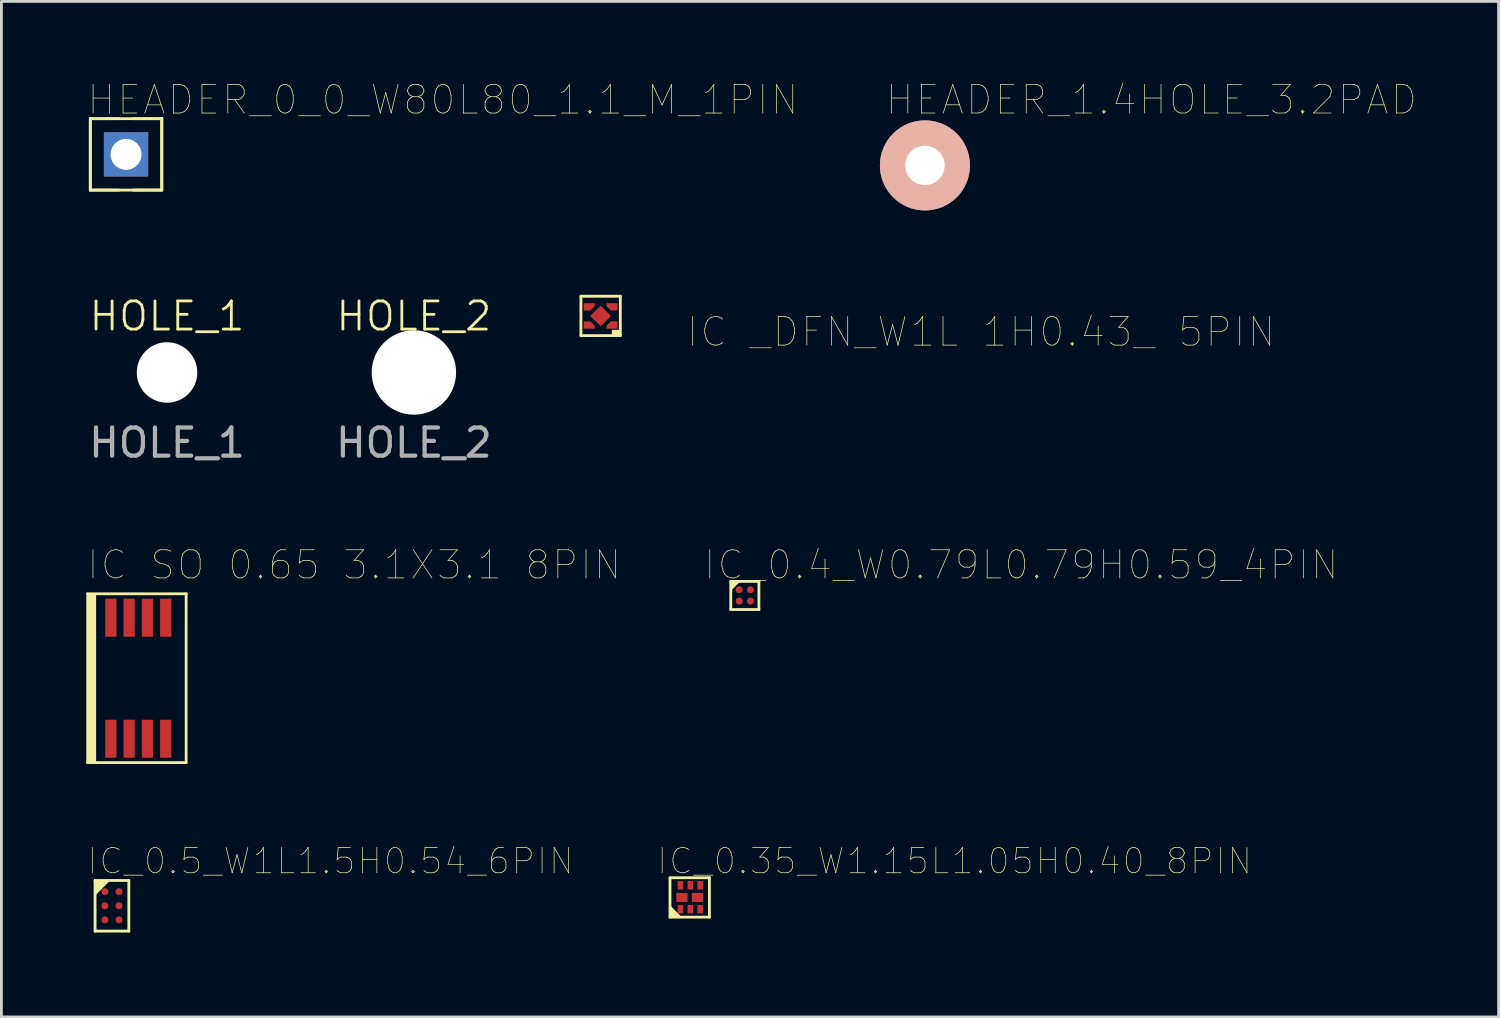
<source format=kicad_pcb>
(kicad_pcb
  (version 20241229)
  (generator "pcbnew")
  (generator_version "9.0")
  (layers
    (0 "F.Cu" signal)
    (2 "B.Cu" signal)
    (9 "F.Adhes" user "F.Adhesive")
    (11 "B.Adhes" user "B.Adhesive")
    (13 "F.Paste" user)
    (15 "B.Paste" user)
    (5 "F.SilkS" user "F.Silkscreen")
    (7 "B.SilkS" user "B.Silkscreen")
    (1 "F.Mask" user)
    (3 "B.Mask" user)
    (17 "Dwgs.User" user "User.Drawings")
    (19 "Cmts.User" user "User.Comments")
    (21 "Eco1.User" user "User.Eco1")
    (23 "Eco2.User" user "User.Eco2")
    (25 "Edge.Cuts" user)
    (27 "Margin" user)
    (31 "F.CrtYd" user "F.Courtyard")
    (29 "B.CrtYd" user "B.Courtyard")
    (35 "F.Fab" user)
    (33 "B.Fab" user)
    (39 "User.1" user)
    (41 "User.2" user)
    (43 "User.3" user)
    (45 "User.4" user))
  (footprint "IC _DFN_W1L 1H0.43_ 5PIN"
    (layer "F.Cu")
    (at 18.298 8.179)
    (property "Reference" "IC _DFN_W1L 1H0.43_ 5PIN" (at 3.008 1.162 0) (unlocked yes) (layer "F.SilkS") (effects (font (size 1.016 1.016) (thickness 0.025)) (justify left bottom)))
    (fp_line (start -0.7 0.7) (end -0.7 -0.7) (stroke (width 0.1) (type solid)) (layer "F.SilkS"))
    (fp_line (start 0.7 -0.7) (end -0.7 -0.7) (stroke (width 0.1) (type solid)) (layer "F.SilkS"))
    (fp_line (start 0.7 0.7) (end -0.7 0.7) (stroke (width 0.1) (type solid)) (layer "F.SilkS"))
    (fp_line (start 0.7 0.7) (end 0.7 -0.7) (stroke (width 0.1) (type solid)) (layer "F.SilkS"))
    (fp_poly (pts (xy 0.4 0.495) (xy 0.7 0.495) (xy 0.7 0.7) (xy 0.4 0.7)) (stroke (width 0) (type default)) (fill yes) (layer "F.SilkS"))
    (pad "1" smd custom (at 0.599 0.195) (size 0.000001 0.000001) (layers "F.Cu" "F.Mask" "F.Paste") (options (anchor circle)) (primitives (gr_poly (pts (xy 0 0) (xy -0.24 0) (xy -0.39 0.15) (xy -0.39 0.26) (xy 0 0.26)) (width 0) (fill yes))))
    (pad "2" smd custom (at 0.6 -0.195) (size 0.000001 0.000001) (layers "F.Cu" "F.Mask" "F.Paste") (options (anchor circle)) (primitives (gr_poly (pts (xy 0 0) (xy -0.24 0) (xy -0.39 -0.15) (xy -0.39 -0.26) (xy 0 -0.26)) (width 0) (fill yes))))
    (pad "3" smd custom (at -0.6 -0.195) (size 0.000001 0.000001) (layers "F.Cu" "F.Mask" "F.Paste") (options (anchor circle)) (primitives (gr_poly (pts (xy 0 0) (xy 0.24 0) (xy 0.39 -0.15) (xy 0.39 -0.26) (xy 0 -0.26)) (width 0) (fill yes))))
    (pad "4" smd custom (at -0.6 0.195) (size 0.000001 0.000001) (layers "F.Cu" "F.Mask" "F.Paste") (options (anchor circle)) (primitives (gr_poly (pts (xy 0 0) (xy 0.24 0) (xy 0.39 0.15) (xy 0.39 0.26) (xy 0 0.26)) (width 0) (fill yes))))
    (pad "5" smd rect (at 0 0 225) (size 0.52 0.52) (layers "F.Cu" "F.Mask" "F.Paste")))
  (footprint "IC SO 0.65 3.1X3.1 8PIN"
    (layer "F.Cu")
    (at 1.866 21.056)
    (property "Reference" "IC SO 0.65 3.1X3.1 8PIN" (at -1.866 -3.442 0) (unlocked yes) (layer "F.SilkS") (effects (font (size 1 1) (thickness 0.025)) (justify left bottom)))
    (fp_line (start -1.8 -3) (end -1.8 3) (stroke (width 0.1) (type solid)) (layer "F.SilkS"))
    (fp_line (start 1.7 -3) (end -1.8 -3) (stroke (width 0.1) (type solid)) (layer "F.SilkS"))
    (fp_line (start 1.7 -3) (end 1.7 3) (stroke (width 0.1) (type solid)) (layer "F.SilkS"))
    (fp_line (start 1.7 3) (end -1.8 3) (stroke (width 0.1) (type solid)) (layer "F.SilkS"))
    (fp_poly (pts (xy -1.5 -3) (xy -1.8 -3) (xy -1.8 3) (xy -1.5 3)) (stroke (width 0) (type default)) (fill yes) (layer "F.SilkS"))
    (pad "1" smd rect (at -0.975 2.15 90) (size 1.35 0.4) (layers "F.Cu" "F.Mask" "F.Paste"))
    (pad "2" smd rect (at -0.325 2.15 90) (size 1.35 0.4) (layers "F.Cu" "F.Mask" "F.Paste"))
    (pad "3" smd rect (at 0.325 2.15 90) (size 1.35 0.4) (layers "F.Cu" "F.Mask" "F.Paste"))
    (pad "4" smd rect (at 0.975 2.15 90) (size 1.35 0.4) (layers "F.Cu" "F.Mask" "F.Paste"))
    (pad "5" smd rect (at 0.975 -2.15 90) (size 1.35 0.4) (layers "F.Cu" "F.Mask" "F.Paste"))
    (pad "6" smd rect (at 0.325 -2.15 90) (size 1.35 0.4) (layers "F.Cu" "F.Mask" "F.Paste"))
    (pad "7" smd rect (at -0.325 -2.15 90) (size 1.35 0.4) (layers "F.Cu" "F.Mask" "F.Paste"))
    (pad "8" smd rect (at -0.975 -2.15 90) (size 1.35 0.4) (layers "F.Cu" "F.Mask" "F.Paste")))
  (footprint "HOLE_2"
    (layer "F.Cu")
    (at 11.661 10.189)
    (property "Reference" "HOLE_2" (at 0 -2 0) (unlocked yes) (layer "F.SilkS") (effects (font (size 1 1) (thickness 0.1))))
    (attr smd)
    (fp_text user "${REFERENCE}" (at 0 2.5 0) (unlocked yes) (layer "F.Fab") (effects (font (size 1 1) (thickness 0.15))))
    (pad "" np_thru_hole circle (at 0 0) (size 3 3) (drill 3) (layers "*.Cu" "*.Mask")))
  (footprint "IC_0.35_W1.15L1.05H0.40_8PIN"
    (layer "F.Cu")
    (at 21.464 28.848)
    (property "Reference" "IC_0.35_W1.15L1.05H0.40_8PIN" (at -1.21 -0.766 0) (unlocked yes) (layer "F.SilkS") (effects (font (size 0.9 0.9) (thickness 0.025)) (justify left bottom)))
    (fp_line (start -0.7 -0.7) (end -0.7 0.7) (stroke (width 0.1) (type solid)) (layer "F.SilkS"))
    (fp_line (start -0.7 -0.7) (end 0.7 -0.7) (stroke (width 0.1) (type solid)) (layer "F.SilkS"))
    (fp_line (start -0.7 0.7) (end 0.7 0.7) (stroke (width 0.1) (type solid)) (layer "F.SilkS"))
    (fp_line (start 0.7 -0.7) (end 0.7 0.7) (stroke (width 0.1) (type solid)) (layer "F.SilkS"))
    (fp_poly (pts (xy -0.7 0.7) (xy -0.7 0.28) (xy -0.28 0.7)) (stroke (width 0) (type default)) (fill yes) (layer "F.SilkS"))
    (pad "1" smd rect (at -0.328 0.418 90) (size 0.3 0.2) (layers "F.Cu" "F.Mask" "F.Paste"))
    (pad "2" smd rect (at 0.022 0.418 90) (size 0.3 0.2) (layers "F.Cu" "F.Mask" "F.Paste"))
    (pad "3" smd rect (at 0.372 0.418 90) (size 0.3 0.2) (layers "F.Cu" "F.Mask" "F.Paste"))
    (pad "4" smd rect (at 0.372 -0.432 90) (size 0.3 0.2) (layers "F.Cu" "F.Mask" "F.Paste"))
    (pad "5" smd rect (at 0.022 -0.432 90) (size 0.3 0.2) (layers "F.Cu" "F.Mask" "F.Paste"))
    (pad "6" smd rect (at -0.328 -0.432 90) (size 0.3 0.2) (layers "F.Cu" "F.Mask" "F.Paste"))
    (pad "7" smd rect (at -0.275 0 90) (size 0.32 0.4) (layers "F.Cu" "F.Mask" "F.Paste"))
    (pad "8" smd rect (at 0.275 0 90) (size 0.32 0.4) (layers "F.Cu" "F.Mask" "F.Paste")))
  (footprint "HOLE_1"
    (layer "F.Cu")
    (at 2.887 10.189)
    (property "Reference" "HOLE_1" (at 0 -2 0) (unlocked yes) (layer "F.SilkS") (effects (font (size 1 1) (thickness 0.1))))
    (attr smd)
    (fp_text user "${REFERENCE}" (at 0 2.5 0) (unlocked yes) (layer "F.Fab") (effects (font (size 1 1) (thickness 0.15))))
    (pad "" np_thru_hole circle (at 0 0) (size 2.15 2.15) (drill 2.15) (layers "*.Cu" "*.Mask")))
  (footprint "HEADER_0_0_W80L80_1.1_M_1PIN"
    (layer "F.Cu")
    (at 1.43 2.437)
    (property "Reference" "HEADER_0_0_W80L80_1.1_M_1PIN" (at -1.43 -1.344 0) (unlocked yes) (layer "F.SilkS") (effects (font (size 1.016 1.016) (thickness 0.025)) (justify left bottom)))
    (fp_line (start -1.27 -1.27) (end -0.254 -1.27) (stroke (width 0.1) (type solid)) (layer "F.SilkS"))
    (fp_line (start -1.27 -1.27) (end 1.27 -1.27) (stroke (width 0.1) (type solid)) (layer "F.SilkS"))
    (fp_line (start -1.27 1.27) (end -1.27 -1.27) (stroke (width 0.1) (type solid)) (layer "F.SilkS"))
    (fp_line (start -1.27 1.27) (end -1.27 -1.27) (stroke (width 0.1) (type solid)) (layer "F.SilkS"))
    (fp_line (start -1.27 1.27) (end -0.254 1.27) (stroke (width 0.1) (type solid)) (layer "F.SilkS"))
    (fp_line (start -1.27 1.27) (end 1.27 1.27) (stroke (width 0.1) (type solid)) (layer "F.SilkS"))
    (fp_line (start 0.254 -1.27) (end 1.27 -1.27) (stroke (width 0.1) (type solid)) (layer "F.SilkS"))
    (fp_line (start 0.254 1.27) (end 1.27 1.27) (stroke (width 0.1) (type solid)) (layer "F.SilkS"))
    (fp_line (start 1.27 1.27) (end 1.27 -1.27) (stroke (width 0.1) (type solid)) (layer "F.SilkS"))
    (fp_line (start 1.27 1.27) (end 1.27 -1.27) (stroke (width 0.1) (type solid)) (layer "F.SilkS"))
    (pad "1" thru_hole rect (at 0 0) (size 1.575 1.575) (drill 1.1) (layers "*.Cu" "*.Mask")))
  (footprint "HEADER_1.4HOLE_3.2PAD"
    (layer "F.Cu")
    (at 29.825 2.829)
    (property "Reference" "HEADER_1.4HOLE_3.2PAD" (at -1.447 -1.737 0) (unlocked yes) (layer "F.SilkS") (effects (font (size 1.016 1.016) (thickness 0.025)) (justify left bottom)))
    (pad "1" thru_hole circle (at 0 0) (size 2.2 2.2) (drill 1.4) (layers "*.Cu" "*.Mask"))
    (pad "1" smd circle (at 0 0) (size 3.2 3.2) (layers "F.Cu" "F.Mask"))
    (pad "1" smd circle (at 0 0) (size 3.2 3.2) (layers "B.Cu" "B.Mask" "B.SilkS")))
  (footprint "IC_0.4_W0.79L0.79H0.59_4PIN"
    (layer "F.Cu")
    (at 23.424 18.114)
    (property "Reference" "IC_0.4_W0.79L0.79H0.59_4PIN" (at -1.5 -0.5 0) (unlocked yes) (layer "F.SilkS") (effects (font (size 1 1) (thickness 0.025)) (justify left bottom)))
    (fp_line (start -0.5 -0.5) (end -0.5 0.5) (stroke (width 0.1) (type solid)) (layer "F.SilkS"))
    (fp_line (start -0.5 -0.5) (end 0.5 -0.5) (stroke (width 0.1) (type solid)) (layer "F.SilkS"))
    (fp_line (start -0.5 0.5) (end 0.5 0.5) (stroke (width 0.1) (type solid)) (layer "F.SilkS"))
    (fp_line (start 0.5 -0.5) (end 0.5 0.5) (stroke (width 0.1) (type solid)) (layer "F.SilkS"))
    (fp_poly (pts (xy -0.5 -0.16) (xy -0.5 -0.5) (xy -0.16 -0.5)) (stroke (width 0) (type default)) (fill yes) (layer "F.SilkS"))
    (pad "A1" smd circle (at -0.2 -0.2 270) (size 0.25 0.25) (layers "F.Cu" "F.Mask" "F.Paste"))
    (pad "A2" smd circle (at 0.2 -0.2 270) (size 0.25 0.25) (layers "F.Cu" "F.Mask" "F.Paste"))
    (pad "B1" smd circle (at -0.2 0.2 270) (size 0.25 0.25) (layers "F.Cu" "F.Mask" "F.Paste"))
    (pad "B2" smd circle (at 0.2 0.2 270) (size 0.25 0.25) (layers "F.Cu" "F.Mask" "F.Paste")))
  (footprint "IC_0.5_W1L1.5H0.54_6PIN"
    (layer "F.Cu")
    (at 0.929 29.144)
    (property "Reference" "IC_0.5_W1L1.5H0.54_6PIN" (at -0.929 -1.062 0) (unlocked yes) (layer "F.SilkS") (effects (font (size 0.9 0.9) (thickness 0.025)) (justify left bottom)))
    (fp_line (start -0.6 -0.9) (end -0.6 0.9) (stroke (width 0.1) (type solid)) (layer "F.SilkS"))
    (fp_line (start -0.6 -0.9) (end 0.6 -0.9) (stroke (width 0.1) (type solid)) (layer "F.SilkS"))
    (fp_line (start -0.6 0.9) (end 0.6 0.9) (stroke (width 0.1) (type solid)) (layer "F.SilkS"))
    (fp_line (start 0.6 -0.9) (end 0.6 0.9) (stroke (width 0.1) (type solid)) (layer "F.SilkS"))
    (fp_poly (pts (xy -0.6 -0.36) (xy -0.6 -0.9) (xy -0.06 -0.9)) (stroke (width 0) (type default)) (fill yes) (layer "F.SilkS"))
    (pad "A1" smd circle (at -0.25 -0.5 270) (size 0.25 0.25) (layers "F.Cu" "F.Mask" "F.Paste"))
    (pad "A2" smd circle (at 0.25 -0.5 270) (size 0.25 0.25) (layers "F.Cu" "F.Mask" "F.Paste"))
    (pad "B1" smd circle (at -0.25 0 270) (size 0.25 0.25) (layers "F.Cu" "F.Mask" "F.Paste"))
    (pad "B2" smd circle (at 0.25 0 270) (size 0.25 0.25) (layers "F.Cu" "F.Mask" "F.Paste"))
    (pad "C1" smd circle (at -0.25 0.5 270) (size 0.25 0.25) (layers "F.Cu" "F.Mask" "F.Paste"))
    (pad "C2" smd circle (at 0.25 0.5 270) (size 0.25 0.25) (layers "F.Cu" "F.Mask" "F.Paste")))
  (gr_rect
    (start -3 -3)
    (end 50.215 33.094)
    (stroke (width 0.1) (type default))
    (fill no)
    (layer "Edge.Cuts")))
</source>
